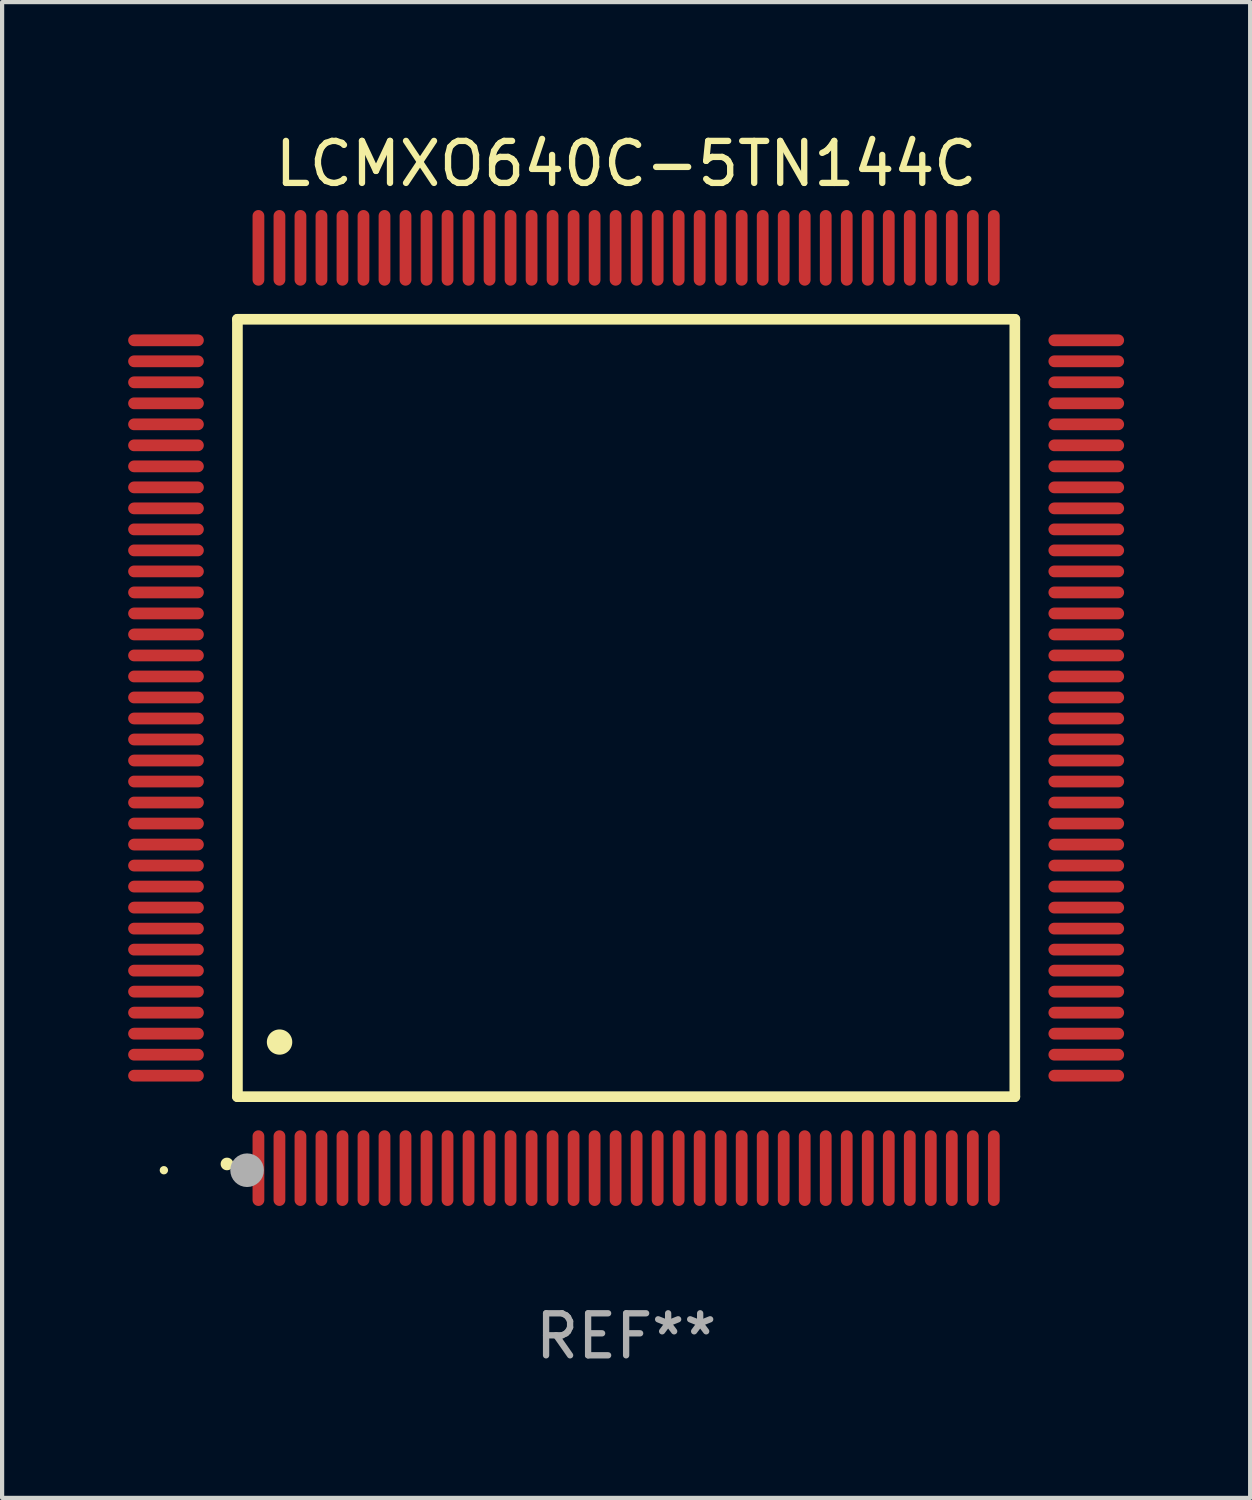
<source format=kicad_pcb>
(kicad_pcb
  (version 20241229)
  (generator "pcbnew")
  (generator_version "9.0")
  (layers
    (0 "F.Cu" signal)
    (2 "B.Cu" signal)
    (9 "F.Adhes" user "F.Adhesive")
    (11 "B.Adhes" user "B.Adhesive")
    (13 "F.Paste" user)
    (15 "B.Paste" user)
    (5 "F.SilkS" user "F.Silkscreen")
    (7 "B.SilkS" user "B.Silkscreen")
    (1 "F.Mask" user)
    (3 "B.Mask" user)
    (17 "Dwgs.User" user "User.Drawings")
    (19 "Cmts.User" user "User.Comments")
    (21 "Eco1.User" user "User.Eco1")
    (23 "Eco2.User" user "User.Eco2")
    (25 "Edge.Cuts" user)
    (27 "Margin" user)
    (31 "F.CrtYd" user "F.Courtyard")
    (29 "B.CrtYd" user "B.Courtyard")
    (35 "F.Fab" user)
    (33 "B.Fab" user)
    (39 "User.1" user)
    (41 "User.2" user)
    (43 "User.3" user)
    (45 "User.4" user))
  (footprint "LCMXO640C-5TN144C"
    (layer "F.Cu")
    (at 11.85 13.798)
    (property "Reference" "LCMXO640C-5TN144C" (at 0 -12.95 0) (layer "F.SilkS") (effects (font (size 1 1) (thickness 0.15))))
    (attr through_hole)
    (fp_line (start -9.25 -9.25) (end -9.25 9.25) (stroke (width 0.254) (type solid)) (layer "F.SilkS"))
    (fp_line (start -9.25 9.25) (end 9.25 9.25) (stroke (width 0.254) (type solid)) (layer "F.SilkS"))
    (fp_line (start 9.25 -9.25) (end -9.25 -9.25) (stroke (width 0.254) (type solid)) (layer "F.SilkS"))
    (fp_line (start 9.25 9.25) (end 9.25 -9.25) (stroke (width 0.254) (type solid)) (layer "F.SilkS"))
    (fp_arc (start -9.499619 10.850902) (mid -9.498349 10.850897) (end -9.497079 10.850902) (stroke (width 0.3) (type solid)) (layer "F.SilkS"))
    (fp_arc (start -8.249936 7.950216) (mid -8.247396 7.950205) (end -8.244856 7.950216) (stroke (width 0.6) (type solid)) (layer "F.SilkS"))
    (fp_circle (center -11 11) (end -10.95 11) (stroke (width 0.1) (type solid)) (fill no) (layer "F.SilkS"))
    (fp_circle (center -9.02 11) (end -8.82 11) (stroke (width 0.4) (type solid)) (fill no) (layer "F.Fab"))
    (fp_text user "REF**" (at 0 14.95 0) (layer "F.Fab") (effects (font (size 1 1) (thickness 0.15))))
    (pad "1" smd oval (at -8.75 10.95) (size 0.28 1.8) (layers "F.Cu" "F.Mask" "F.Paste"))
    (pad "2" smd oval (at -8.25 10.95) (size 0.28 1.8) (layers "F.Cu" "F.Mask" "F.Paste"))
    (pad "3" smd oval (at -7.75 10.95) (size 0.28 1.8) (layers "F.Cu" "F.Mask" "F.Paste"))
    (pad "4" smd oval (at -7.25 10.95) (size 0.28 1.8) (layers "F.Cu" "F.Mask" "F.Paste"))
    (pad "5" smd oval (at -6.75 10.95) (size 0.28 1.8) (layers "F.Cu" "F.Mask" "F.Paste"))
    (pad "6" smd oval (at -6.25 10.95) (size 0.28 1.8) (layers "F.Cu" "F.Mask" "F.Paste"))
    (pad "7" smd oval (at -5.75 10.95) (size 0.28 1.8) (layers "F.Cu" "F.Mask" "F.Paste"))
    (pad "8" smd oval (at -5.25 10.95) (size 0.28 1.8) (layers "F.Cu" "F.Mask" "F.Paste"))
    (pad "9" smd oval (at -4.75 10.95) (size 0.28 1.8) (layers "F.Cu" "F.Mask" "F.Paste"))
    (pad "10" smd oval (at -4.25 10.95) (size 0.28 1.8) (layers "F.Cu" "F.Mask" "F.Paste"))
    (pad "11" smd oval (at -3.75 10.95) (size 0.28 1.8) (layers "F.Cu" "F.Mask" "F.Paste"))
    (pad "12" smd oval (at -3.25 10.95) (size 0.28 1.8) (layers "F.Cu" "F.Mask" "F.Paste"))
    (pad "13" smd oval (at -2.75 10.95) (size 0.28 1.8) (layers "F.Cu" "F.Mask" "F.Paste"))
    (pad "14" smd oval (at -2.25 10.95) (size 0.28 1.8) (layers "F.Cu" "F.Mask" "F.Paste"))
    (pad "15" smd oval (at -1.75 10.95) (size 0.28 1.8) (layers "F.Cu" "F.Mask" "F.Paste"))
    (pad "16" smd oval (at -1.25 10.95) (size 0.28 1.8) (layers "F.Cu" "F.Mask" "F.Paste"))
    (pad "17" smd oval (at -0.75 10.95) (size 0.28 1.8) (layers "F.Cu" "F.Mask" "F.Paste"))
    (pad "18" smd oval (at -0.25 10.95) (size 0.28 1.8) (layers "F.Cu" "F.Mask" "F.Paste"))
    (pad "19" smd oval (at 0.25 10.95) (size 0.28 1.8) (layers "F.Cu" "F.Mask" "F.Paste"))
    (pad "20" smd oval (at 0.75 10.95) (size 0.28 1.8) (layers "F.Cu" "F.Mask" "F.Paste"))
    (pad "21" smd oval (at 1.25 10.95) (size 0.28 1.8) (layers "F.Cu" "F.Mask" "F.Paste"))
    (pad "22" smd oval (at 1.75 10.95) (size 0.28 1.8) (layers "F.Cu" "F.Mask" "F.Paste"))
    (pad "23" smd oval (at 2.25 10.95) (size 0.28 1.8) (layers "F.Cu" "F.Mask" "F.Paste"))
    (pad "24" smd oval (at 2.75 10.95) (size 0.28 1.8) (layers "F.Cu" "F.Mask" "F.Paste"))
    (pad "25" smd oval (at 3.25 10.95) (size 0.28 1.8) (layers "F.Cu" "F.Mask" "F.Paste"))
    (pad "26" smd oval (at 3.75 10.95) (size 0.28 1.8) (layers "F.Cu" "F.Mask" "F.Paste"))
    (pad "27" smd oval (at 4.25 10.95) (size 0.28 1.8) (layers "F.Cu" "F.Mask" "F.Paste"))
    (pad "28" smd oval (at 4.75 10.95) (size 0.28 1.8) (layers "F.Cu" "F.Mask" "F.Paste"))
    (pad "29" smd oval (at 5.25 10.95) (size 0.28 1.8) (layers "F.Cu" "F.Mask" "F.Paste"))
    (pad "30" smd oval (at 5.75 10.95) (size 0.28 1.8) (layers "F.Cu" "F.Mask" "F.Paste"))
    (pad "31" smd oval (at 6.25 10.95) (size 0.28 1.8) (layers "F.Cu" "F.Mask" "F.Paste"))
    (pad "32" smd oval (at 6.75 10.95) (size 0.28 1.8) (layers "F.Cu" "F.Mask" "F.Paste"))
    (pad "33" smd oval (at 7.25 10.95) (size 0.28 1.8) (layers "F.Cu" "F.Mask" "F.Paste"))
    (pad "34" smd oval (at 7.75 10.95) (size 0.28 1.8) (layers "F.Cu" "F.Mask" "F.Paste"))
    (pad "35" smd oval (at 8.25 10.95) (size 0.28 1.8) (layers "F.Cu" "F.Mask" "F.Paste"))
    (pad "36" smd oval (at 8.75 10.95) (size 0.28 1.8) (layers "F.Cu" "F.Mask" "F.Paste"))
    (pad "37" smd oval (at 10.95 8.75) (size 1.8 0.28) (layers "F.Cu" "F.Mask" "F.Paste"))
    (pad "38" smd oval (at 10.95 8.25) (size 1.8 0.28) (layers "F.Cu" "F.Mask" "F.Paste"))
    (pad "39" smd oval (at 10.95 7.75) (size 1.8 0.28) (layers "F.Cu" "F.Mask" "F.Paste"))
    (pad "40" smd oval (at 10.95 7.25) (size 1.8 0.28) (layers "F.Cu" "F.Mask" "F.Paste"))
    (pad "41" smd oval (at 10.95 6.75) (size 1.8 0.28) (layers "F.Cu" "F.Mask" "F.Paste"))
    (pad "42" smd oval (at 10.95 6.25) (size 1.8 0.28) (layers "F.Cu" "F.Mask" "F.Paste"))
    (pad "43" smd oval (at 10.95 5.75) (size 1.8 0.28) (layers "F.Cu" "F.Mask" "F.Paste"))
    (pad "44" smd oval (at 10.95 5.25) (size 1.8 0.28) (layers "F.Cu" "F.Mask" "F.Paste"))
    (pad "45" smd oval (at 10.95 4.75) (size 1.8 0.28) (layers "F.Cu" "F.Mask" "F.Paste"))
    (pad "46" smd oval (at 10.95 4.25) (size 1.8 0.28) (layers "F.Cu" "F.Mask" "F.Paste"))
    (pad "47" smd oval (at 10.95 3.75) (size 1.8 0.28) (layers "F.Cu" "F.Mask" "F.Paste"))
    (pad "48" smd oval (at 10.95 3.25) (size 1.8 0.28) (layers "F.Cu" "F.Mask" "F.Paste"))
    (pad "49" smd oval (at 10.95 2.75) (size 1.8 0.28) (layers "F.Cu" "F.Mask" "F.Paste"))
    (pad "50" smd oval (at 10.95 2.25) (size 1.8 0.28) (layers "F.Cu" "F.Mask" "F.Paste"))
    (pad "51" smd oval (at 10.95 1.75) (size 1.8 0.28) (layers "F.Cu" "F.Mask" "F.Paste"))
    (pad "52" smd oval (at 10.95 1.25) (size 1.8 0.28) (layers "F.Cu" "F.Mask" "F.Paste"))
    (pad "53" smd oval (at 10.95 0.75) (size 1.8 0.28) (layers "F.Cu" "F.Mask" "F.Paste"))
    (pad "54" smd oval (at 10.95 0.25) (size 1.8 0.28) (layers "F.Cu" "F.Mask" "F.Paste"))
    (pad "55" smd oval (at 10.95 -0.25) (size 1.8 0.28) (layers "F.Cu" "F.Mask" "F.Paste"))
    (pad "56" smd oval (at 10.95 -0.75) (size 1.8 0.28) (layers "F.Cu" "F.Mask" "F.Paste"))
    (pad "57" smd oval (at 10.95 -1.25) (size 1.8 0.28) (layers "F.Cu" "F.Mask" "F.Paste"))
    (pad "58" smd oval (at 10.95 -1.75) (size 1.8 0.28) (layers "F.Cu" "F.Mask" "F.Paste"))
    (pad "59" smd oval (at 10.95 -2.25) (size 1.8 0.28) (layers "F.Cu" "F.Mask" "F.Paste"))
    (pad "60" smd oval (at 10.95 -2.75) (size 1.8 0.28) (layers "F.Cu" "F.Mask" "F.Paste"))
    (pad "61" smd oval (at 10.95 -3.25) (size 1.8 0.28) (layers "F.Cu" "F.Mask" "F.Paste"))
    (pad "62" smd oval (at 10.95 -3.75) (size 1.8 0.28) (layers "F.Cu" "F.Mask" "F.Paste"))
    (pad "63" smd oval (at 10.95 -4.25) (size 1.8 0.28) (layers "F.Cu" "F.Mask" "F.Paste"))
    (pad "64" smd oval (at 10.95 -4.75) (size 1.8 0.28) (layers "F.Cu" "F.Mask" "F.Paste"))
    (pad "65" smd oval (at 10.95 -5.25) (size 1.8 0.28) (layers "F.Cu" "F.Mask" "F.Paste"))
    (pad "66" smd oval (at 10.95 -5.75) (size 1.8 0.28) (layers "F.Cu" "F.Mask" "F.Paste"))
    (pad "67" smd oval (at 10.95 -6.25) (size 1.8 0.28) (layers "F.Cu" "F.Mask" "F.Paste"))
    (pad "68" smd oval (at 10.95 -6.75) (size 1.8 0.28) (layers "F.Cu" "F.Mask" "F.Paste"))
    (pad "69" smd oval (at 10.95 -7.25) (size 1.8 0.28) (layers "F.Cu" "F.Mask" "F.Paste"))
    (pad "70" smd oval (at 10.95 -7.75) (size 1.8 0.28) (layers "F.Cu" "F.Mask" "F.Paste"))
    (pad "71" smd oval (at 10.95 -8.25) (size 1.8 0.28) (layers "F.Cu" "F.Mask" "F.Paste"))
    (pad "72" smd oval (at 10.95 -8.75) (size 1.8 0.28) (layers "F.Cu" "F.Mask" "F.Paste"))
    (pad "73" smd oval (at 8.75 -10.95) (size 0.28 1.8) (layers "F.Cu" "F.Mask" "F.Paste"))
    (pad "74" smd oval (at 8.25 -10.95) (size 0.28 1.8) (layers "F.Cu" "F.Mask" "F.Paste"))
    (pad "75" smd oval (at 7.75 -10.95) (size 0.28 1.8) (layers "F.Cu" "F.Mask" "F.Paste"))
    (pad "76" smd oval (at 7.25 -10.95) (size 0.28 1.8) (layers "F.Cu" "F.Mask" "F.Paste"))
    (pad "77" smd oval (at 6.75 -10.95) (size 0.28 1.8) (layers "F.Cu" "F.Mask" "F.Paste"))
    (pad "78" smd oval (at 6.25 -10.95) (size 0.28 1.8) (layers "F.Cu" "F.Mask" "F.Paste"))
    (pad "79" smd oval (at 5.75 -10.95) (size 0.28 1.8) (layers "F.Cu" "F.Mask" "F.Paste"))
    (pad "80" smd oval (at 5.25 -10.95) (size 0.28 1.8) (layers "F.Cu" "F.Mask" "F.Paste"))
    (pad "81" smd oval (at 4.75 -10.95) (size 0.28 1.8) (layers "F.Cu" "F.Mask" "F.Paste"))
    (pad "82" smd oval (at 4.25 -10.95) (size 0.28 1.8) (layers "F.Cu" "F.Mask" "F.Paste"))
    (pad "83" smd oval (at 3.75 -10.95) (size 0.28 1.8) (layers "F.Cu" "F.Mask" "F.Paste"))
    (pad "84" smd oval (at 3.25 -10.95) (size 0.28 1.8) (layers "F.Cu" "F.Mask" "F.Paste"))
    (pad "85" smd oval (at 2.75 -10.95) (size 0.28 1.8) (layers "F.Cu" "F.Mask" "F.Paste"))
    (pad "86" smd oval (at 2.25 -10.95) (size 0.28 1.8) (layers "F.Cu" "F.Mask" "F.Paste"))
    (pad "87" smd oval (at 1.75 -10.95) (size 0.28 1.8) (layers "F.Cu" "F.Mask" "F.Paste"))
    (pad "88" smd oval (at 1.25 -10.95) (size 0.28 1.8) (layers "F.Cu" "F.Mask" "F.Paste"))
    (pad "89" smd oval (at 0.75 -10.95) (size 0.28 1.8) (layers "F.Cu" "F.Mask" "F.Paste"))
    (pad "90" smd oval (at 0.25 -10.95) (size 0.28 1.8) (layers "F.Cu" "F.Mask" "F.Paste"))
    (pad "91" smd oval (at -0.25 -10.95) (size 0.28 1.8) (layers "F.Cu" "F.Mask" "F.Paste"))
    (pad "92" smd oval (at -0.75 -10.95) (size 0.28 1.8) (layers "F.Cu" "F.Mask" "F.Paste"))
    (pad "93" smd oval (at -1.25 -10.95) (size 0.28 1.8) (layers "F.Cu" "F.Mask" "F.Paste"))
    (pad "94" smd oval (at -1.75 -10.95) (size 0.28 1.8) (layers "F.Cu" "F.Mask" "F.Paste"))
    (pad "95" smd oval (at -2.25 -10.95) (size 0.28 1.8) (layers "F.Cu" "F.Mask" "F.Paste"))
    (pad "96" smd oval (at -2.75 -10.95) (size 0.28 1.8) (layers "F.Cu" "F.Mask" "F.Paste"))
    (pad "97" smd oval (at -3.25 -10.95) (size 0.28 1.8) (layers "F.Cu" "F.Mask" "F.Paste"))
    (pad "98" smd oval (at -3.75 -10.95) (size 0.28 1.8) (layers "F.Cu" "F.Mask" "F.Paste"))
    (pad "99" smd oval (at -4.25 -10.95) (size 0.28 1.8) (layers "F.Cu" "F.Mask" "F.Paste"))
    (pad "100" smd oval (at -4.75 -10.95) (size 0.28 1.8) (layers "F.Cu" "F.Mask" "F.Paste"))
    (pad "101" smd oval (at -5.25 -10.95) (size 0.28 1.8) (layers "F.Cu" "F.Mask" "F.Paste"))
    (pad "102" smd oval (at -5.75 -10.95) (size 0.28 1.8) (layers "F.Cu" "F.Mask" "F.Paste"))
    (pad "103" smd oval (at -6.25 -10.95) (size 0.28 1.8) (layers "F.Cu" "F.Mask" "F.Paste"))
    (pad "104" smd oval (at -6.75 -10.95) (size 0.28 1.8) (layers "F.Cu" "F.Mask" "F.Paste"))
    (pad "105" smd oval (at -7.25 -10.95) (size 0.28 1.8) (layers "F.Cu" "F.Mask" "F.Paste"))
    (pad "106" smd oval (at -7.75 -10.95) (size 0.28 1.8) (layers "F.Cu" "F.Mask" "F.Paste"))
    (pad "107" smd oval (at -8.25 -10.95) (size 0.28 1.8) (layers "F.Cu" "F.Mask" "F.Paste"))
    (pad "108" smd oval (at -8.75 -10.95) (size 0.28 1.8) (layers "F.Cu" "F.Mask" "F.Paste"))
    (pad "109" smd oval (at -10.95 -8.75) (size 1.8 0.28) (layers "F.Cu" "F.Mask" "F.Paste"))
    (pad "110" smd oval (at -10.95 -8.25) (size 1.8 0.28) (layers "F.Cu" "F.Mask" "F.Paste"))
    (pad "111" smd oval (at -10.95 -7.75) (size 1.8 0.28) (layers "F.Cu" "F.Mask" "F.Paste"))
    (pad "112" smd oval (at -10.95 -7.25) (size 1.8 0.28) (layers "F.Cu" "F.Mask" "F.Paste"))
    (pad "113" smd oval (at -10.95 -6.75) (size 1.8 0.28) (layers "F.Cu" "F.Mask" "F.Paste"))
    (pad "114" smd oval (at -10.95 -6.25) (size 1.8 0.28) (layers "F.Cu" "F.Mask" "F.Paste"))
    (pad "115" smd oval (at -10.95 -5.75) (size 1.8 0.28) (layers "F.Cu" "F.Mask" "F.Paste"))
    (pad "116" smd oval (at -10.95 -5.25) (size 1.8 0.28) (layers "F.Cu" "F.Mask" "F.Paste"))
    (pad "117" smd oval (at -10.95 -4.75) (size 1.8 0.28) (layers "F.Cu" "F.Mask" "F.Paste"))
    (pad "118" smd oval (at -10.95 -4.25) (size 1.8 0.28) (layers "F.Cu" "F.Mask" "F.Paste"))
    (pad "119" smd oval (at -10.95 -3.75) (size 1.8 0.28) (layers "F.Cu" "F.Mask" "F.Paste"))
    (pad "120" smd oval (at -10.95 -3.25) (size 1.8 0.28) (layers "F.Cu" "F.Mask" "F.Paste"))
    (pad "121" smd oval (at -10.95 -2.75) (size 1.8 0.28) (layers "F.Cu" "F.Mask" "F.Paste"))
    (pad "122" smd oval (at -10.95 -2.25) (size 1.8 0.28) (layers "F.Cu" "F.Mask" "F.Paste"))
    (pad "123" smd oval (at -10.95 -1.75) (size 1.8 0.28) (layers "F.Cu" "F.Mask" "F.Paste"))
    (pad "124" smd oval (at -10.95 -1.25) (size 1.8 0.28) (layers "F.Cu" "F.Mask" "F.Paste"))
    (pad "125" smd oval (at -10.95 -0.75) (size 1.8 0.28) (layers "F.Cu" "F.Mask" "F.Paste"))
    (pad "126" smd oval (at -10.95 -0.25) (size 1.8 0.28) (layers "F.Cu" "F.Mask" "F.Paste"))
    (pad "127" smd oval (at -10.95 0.25) (size 1.8 0.28) (layers "F.Cu" "F.Mask" "F.Paste"))
    (pad "128" smd oval (at -10.95 0.75) (size 1.8 0.28) (layers "F.Cu" "F.Mask" "F.Paste"))
    (pad "129" smd oval (at -10.95 1.25) (size 1.8 0.28) (layers "F.Cu" "F.Mask" "F.Paste"))
    (pad "130" smd oval (at -10.95 1.75) (size 1.8 0.28) (layers "F.Cu" "F.Mask" "F.Paste"))
    (pad "131" smd oval (at -10.95 2.25) (size 1.8 0.28) (layers "F.Cu" "F.Mask" "F.Paste"))
    (pad "132" smd oval (at -10.95 2.75) (size 1.8 0.28) (layers "F.Cu" "F.Mask" "F.Paste"))
    (pad "133" smd oval (at -10.95 3.25) (size 1.8 0.28) (layers "F.Cu" "F.Mask" "F.Paste"))
    (pad "134" smd oval (at -10.95 3.75) (size 1.8 0.28) (layers "F.Cu" "F.Mask" "F.Paste"))
    (pad "135" smd oval (at -10.95 4.25) (size 1.8 0.28) (layers "F.Cu" "F.Mask" "F.Paste"))
    (pad "136" smd oval (at -10.95 4.75) (size 1.8 0.28) (layers "F.Cu" "F.Mask" "F.Paste"))
    (pad "137" smd oval (at -10.95 5.25) (size 1.8 0.28) (layers "F.Cu" "F.Mask" "F.Paste"))
    (pad "138" smd oval (at -10.95 5.75) (size 1.8 0.28) (layers "F.Cu" "F.Mask" "F.Paste"))
    (pad "139" smd oval (at -10.95 6.25) (size 1.8 0.28) (layers "F.Cu" "F.Mask" "F.Paste"))
    (pad "140" smd oval (at -10.95 6.75) (size 1.8 0.28) (layers "F.Cu" "F.Mask" "F.Paste"))
    (pad "141" smd oval (at -10.95 7.25) (size 1.8 0.28) (layers "F.Cu" "F.Mask" "F.Paste"))
    (pad "142" smd oval (at -10.95 7.75) (size 1.8 0.28) (layers "F.Cu" "F.Mask" "F.Paste"))
    (pad "143" smd oval (at -10.95 8.25) (size 1.8 0.28) (layers "F.Cu" "F.Mask" "F.Paste"))
    (pad "144" smd oval (at -10.95 8.75) (size 1.8 0.28) (layers "F.Cu" "F.Mask" "F.Paste")))
  (gr_rect
    (start -3 -3)
    (end 26.7 32.596)
    (stroke (width 0.1) (type default))
    (fill no)
    (layer "Edge.Cuts")))
</source>
